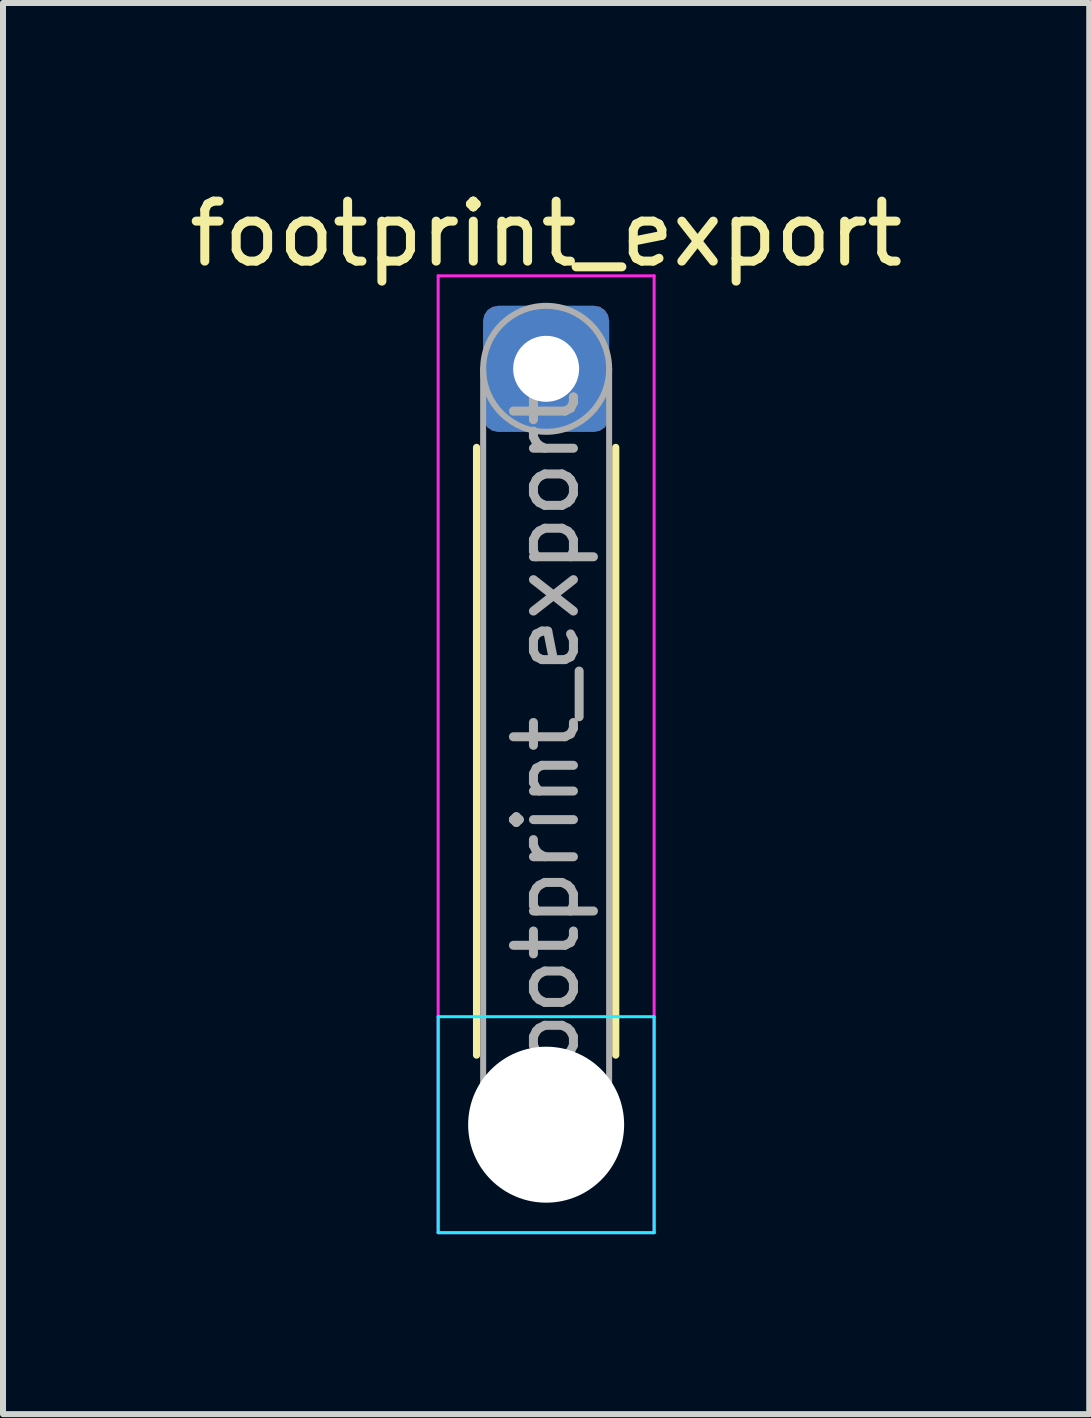
<source format=kicad_pcb>
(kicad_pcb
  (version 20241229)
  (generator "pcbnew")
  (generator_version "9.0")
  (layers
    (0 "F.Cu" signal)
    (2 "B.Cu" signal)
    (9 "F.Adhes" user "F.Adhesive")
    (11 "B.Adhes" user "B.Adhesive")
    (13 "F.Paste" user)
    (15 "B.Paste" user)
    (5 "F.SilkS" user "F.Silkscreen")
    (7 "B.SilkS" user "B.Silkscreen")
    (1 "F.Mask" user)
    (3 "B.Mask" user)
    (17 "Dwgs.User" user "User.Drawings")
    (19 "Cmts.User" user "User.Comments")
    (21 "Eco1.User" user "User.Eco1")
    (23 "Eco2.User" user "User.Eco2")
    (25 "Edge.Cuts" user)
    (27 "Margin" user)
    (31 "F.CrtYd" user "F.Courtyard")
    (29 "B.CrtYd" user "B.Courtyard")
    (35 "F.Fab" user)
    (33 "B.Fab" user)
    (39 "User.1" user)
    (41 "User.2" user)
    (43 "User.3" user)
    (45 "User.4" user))
  (footprint "footprint_export"
    (layer "F.Cu")
    (at 6.054 3.098)
    (property "Reference" "footprint_export" (at 0 -2.25 0) (layer "F.SilkS") (effects (font (size 1 1) (thickness 0.15))))
    (attr exclude_from_pos_files exclude_from_bom)
    (fp_line (start -1.16 1.31) (end -1.16 11.44) (stroke (width 0.12) (type solid)) (layer "F.SilkS"))
    (fp_line (start 1.16 1.31) (end 1.16 11.44) (stroke (width 0.12) (type solid)) (layer "F.SilkS"))
    (fp_line (start -1.8 10.8) (end -1.8 14.4) (stroke (width 0.05) (type solid)) (layer "B.CrtYd"))
    (fp_line (start -1.8 14.4) (end 1.8 14.4) (stroke (width 0.05) (type solid)) (layer "B.CrtYd"))
    (fp_line (start 1.8 10.8) (end -1.8 10.8) (stroke (width 0.05) (type solid)) (layer "B.CrtYd"))
    (fp_line (start 1.8 14.4) (end 1.8 10.8) (stroke (width 0.05) (type solid)) (layer "B.CrtYd"))
    (fp_line (start -1.8 -1.55) (end -1.8 14.4) (stroke (width 0.05) (type solid)) (layer "F.CrtYd"))
    (fp_line (start -1.8 14.4) (end 1.8 14.4) (stroke (width 0.05) (type solid)) (layer "F.CrtYd"))
    (fp_line (start 1.8 -1.55) (end -1.8 -1.55) (stroke (width 0.05) (type solid)) (layer "F.CrtYd"))
    (fp_line (start 1.8 14.4) (end 1.8 -1.55) (stroke (width 0.05) (type solid)) (layer "F.CrtYd"))
    (fp_line (start -1.05 0) (end -1.05 12.6) (stroke (width 0.1) (type solid)) (layer "F.Fab"))
    (fp_line (start 1.05 0) (end 1.05 12.6) (stroke (width 0.1) (type solid)) (layer "F.Fab"))
    (fp_circle (center 0 0) (end 1.05 0) (stroke (width 0.1) (type solid)) (fill no) (layer "F.Fab"))
    (fp_circle (center 0 12.6) (end 1.05 12.6) (stroke (width 0.1) (type solid)) (fill no) (layer "F.Fab"))
    (fp_text user "${REFERENCE}" (at 0 6.3 90) (layer "F.Fab") (effects (font (size 1 1) (thickness 0.15))))
    (pad "" np_thru_hole circle (at 0 12.6) (size 2.6 2.6) (drill 2.6) (layers "*.Cu" "*.Mask"))
    (pad "1" thru_hole roundrect (at 0 0) (size 2.1 2.1) (drill 1.1) (layers "*.Cu" "*.Mask") (roundrect_rratio 0.119)))
  (gr_rect
    (start -3 -3)
    (end 15.107 20.523)
    (stroke (width 0.1) (type default))
    (fill no)
    (layer "Edge.Cuts")))
</source>
